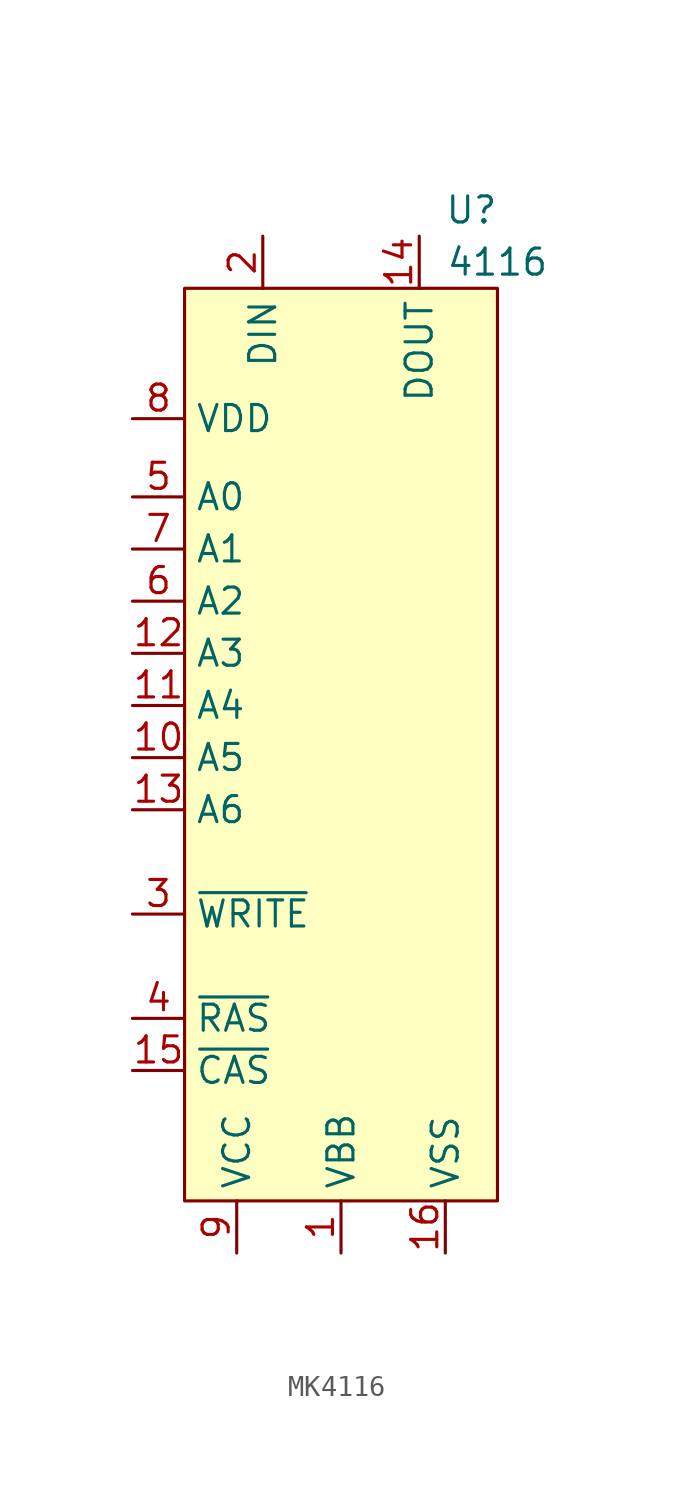
<source format=kicad_sym>
(kicad_symbol_lib
  (version 20220914)
  (generator kicad_symbol_editor)
  (symbol "MK4116"
    (property "Reference" "U"
      (at 6.35 2.54 0)
      (effects (font (size 1.27 1.27))))
    (property "Value" "4116"
      (at 7.62 0 0)
      (effects (font (size 1.27 1.27))))
    (symbol "MK4116_1_1"
      (rectangle (start -7.62 -1.27) (end 7.62 -45.72) (stroke (width 0) (type default)) (fill (type background)))
      (pin power_in line (at 0 -48.26 90) (length 2.54) (name "VBB" (effects (font (size 1.27 1.27)))) (number "1" (effects (font (size 1.27 1.27)))))
      (pin input line (at -10.16 -24.13 0) (length 2.54) (name "A5" (effects (font (size 1.27 1.27)))) (number "10" (effects (font (size 1.27 1.27)))))
      (pin input line (at -10.16 -21.59 0) (length 2.54) (name "A4" (effects (font (size 1.27 1.27)))) (number "11" (effects (font (size 1.27 1.27)))))
      (pin input line (at -10.16 -19.05 0) (length 2.54) (name "A3" (effects (font (size 1.27 1.27)))) (number "12" (effects (font (size 1.27 1.27)))))
      (pin input line (at -10.16 -26.67 0) (length 2.54) (name "A6" (effects (font (size 1.27 1.27)))) (number "13" (effects (font (size 1.27 1.27)))))
      (pin output line (at 3.81 1.27 270) (length 2.54) (name "DOUT" (effects (font (size 1.27 1.27)))) (number "14" (effects (font (size 1.27 1.27)))))
      (pin input line (at -10.16 -39.37 0) (length 2.54) (name "~{CAS}" (effects (font (size 1.27 1.27)))) (number "15" (effects (font (size 1.27 1.27)))))
      (pin power_in line (at 5.08 -48.26 90) (length 2.54) (name "VSS" (effects (font (size 1.27 1.27)))) (number "16" (effects (font (size 1.27 1.27)))))
      (pin input line (at -3.81 1.27 270) (length 2.54) (name "DIN" (effects (font (size 1.27 1.27)))) (number "2" (effects (font (size 1.27 1.27)))))
      (pin input line (at -10.16 -31.75 0) (length 2.54) (name "~{WRITE}" (effects (font (size 1.27 1.27)))) (number "3" (effects (font (size 1.27 1.27)))))
      (pin input line (at -10.16 -36.83 0) (length 2.54) (name "~{RAS}" (effects (font (size 1.27 1.27)))) (number "4" (effects (font (size 1.27 1.27)))))
      (pin input line (at -10.16 -11.43 0) (length 2.54) (name "A0" (effects (font (size 1.27 1.27)))) (number "5" (effects (font (size 1.27 1.27)))))
      (pin input line (at -10.16 -16.51 0) (length 2.54) (name "A2" (effects (font (size 1.27 1.27)))) (number "6" (effects (font (size 1.27 1.27)))))
      (pin input line (at -10.16 -13.97 0) (length 2.54) (name "A1" (effects (font (size 1.27 1.27)))) (number "7" (effects (font (size 1.27 1.27)))))
      (pin power_in line (at -10.16 -7.62 0) (length 2.54) (name "VDD" (effects (font (size 1.27 1.27)))) (number "8" (effects (font (size 1.27 1.27)))))
      (pin power_in line (at -5.08 -48.26 90) (length 2.54) (name "VCC" (effects (font (size 1.27 1.27)))) (number "9" (effects (font (size 1.27 1.27))))))))
</source>
